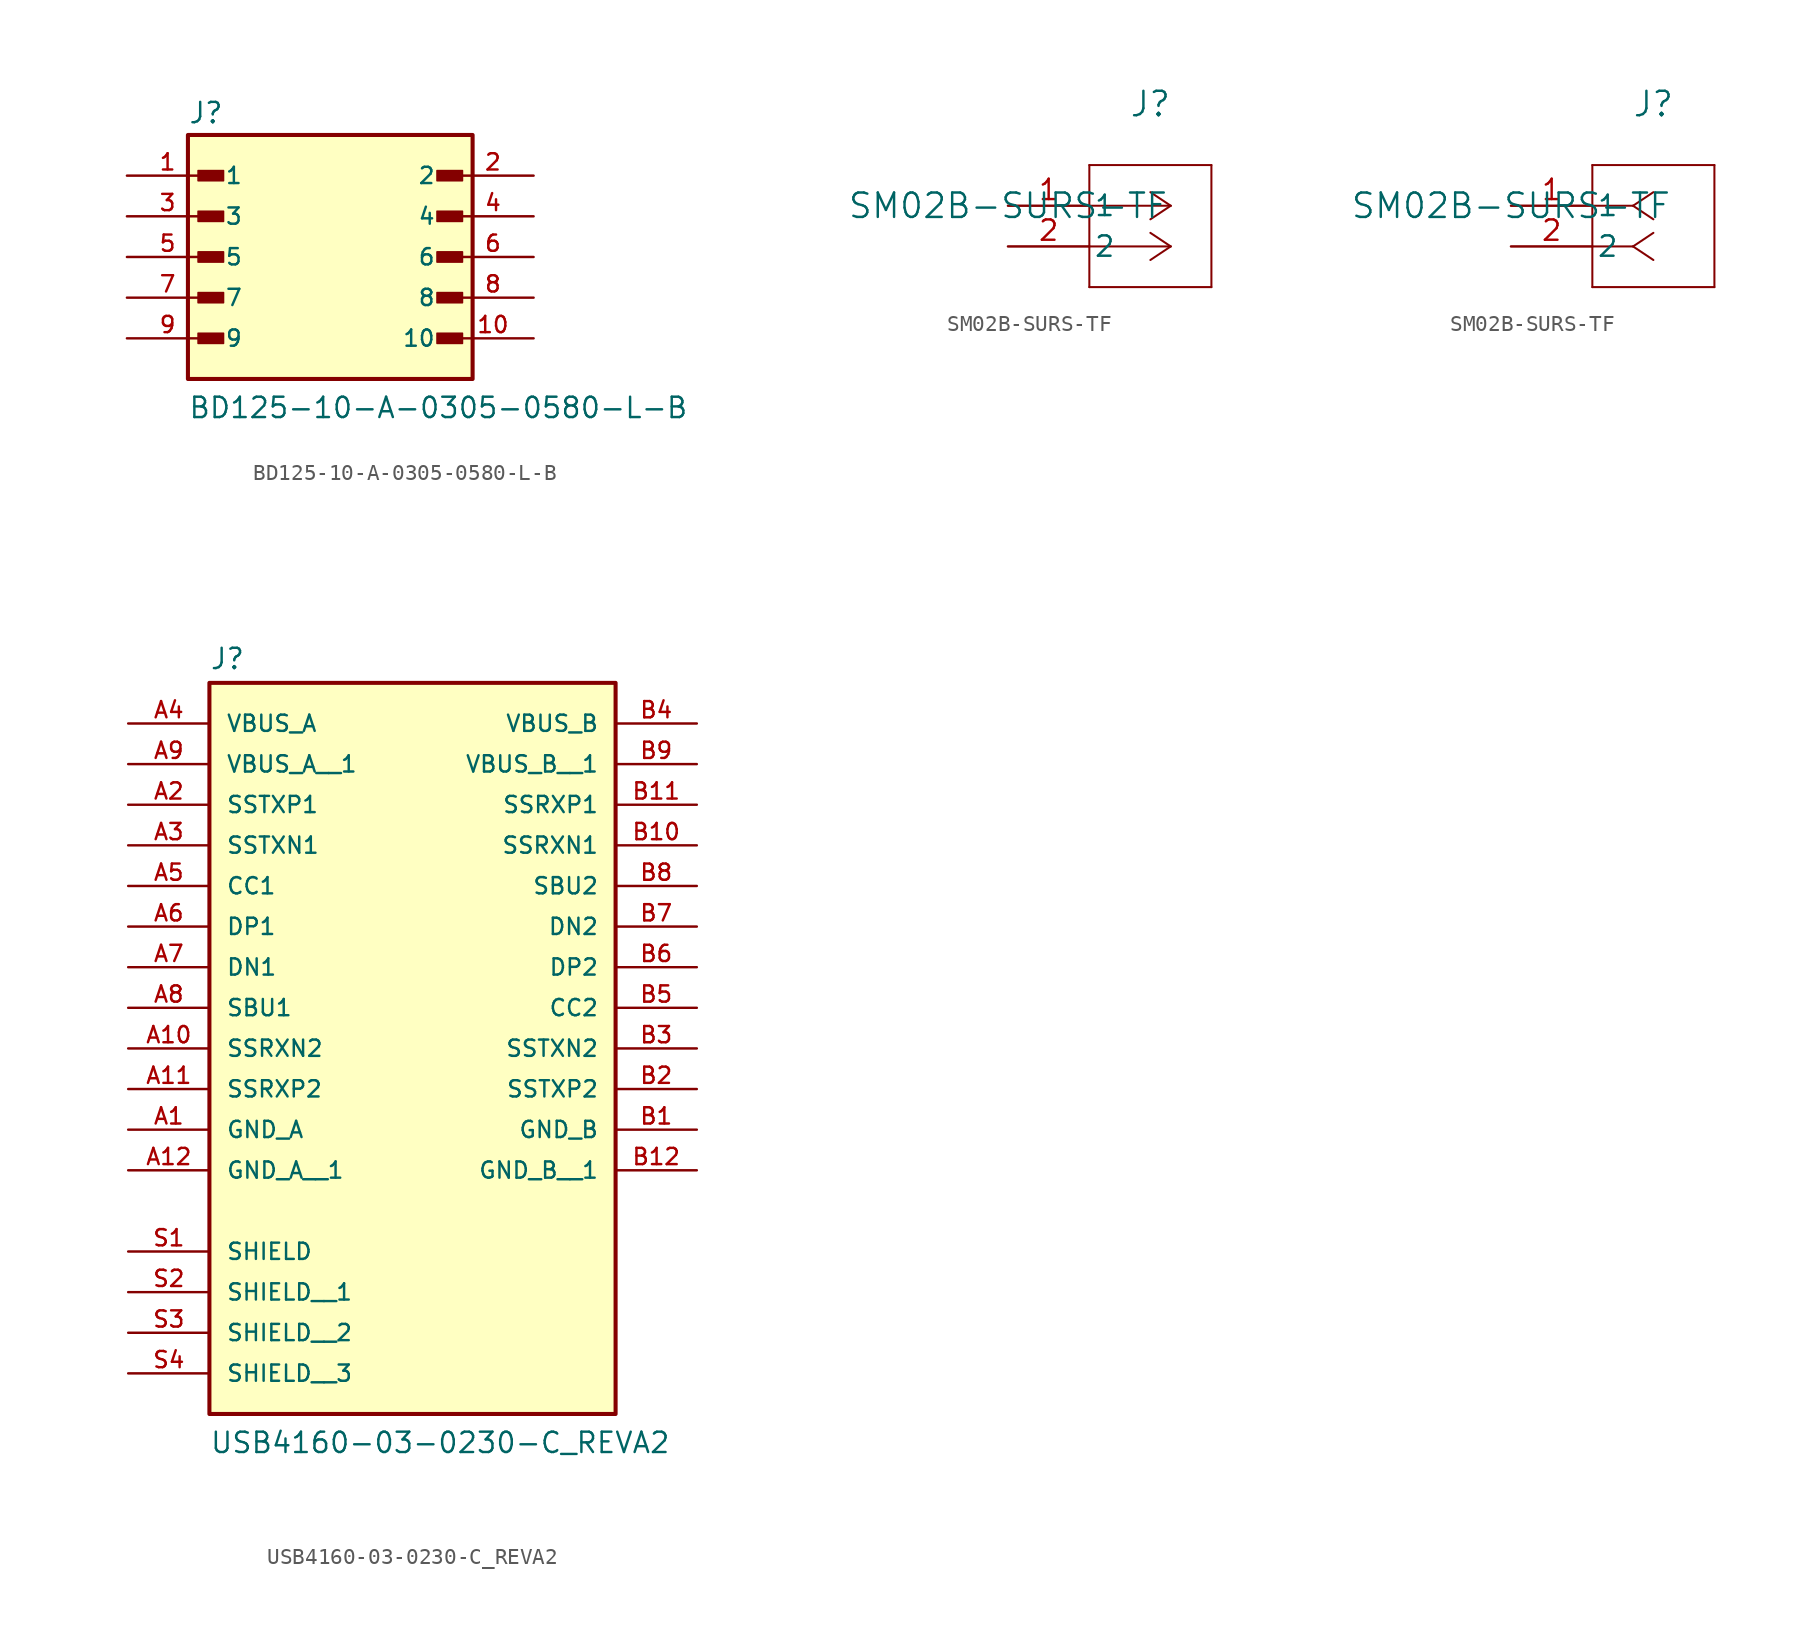
<source format=kicad_sym>
(kicad_symbol_lib
  (version 20220914)
  (generator kicad_symbol_editor)
  (symbol "BD125-10-A-0305-0580-L-B"
    (pin_names
      (offset 1.016))
    (property "Reference" "J"
      (at -8.89 8.255 0)
      (effects (font (size 1.27 1.27)) (justify left bottom)))
    (property "Value" "BD125-10-A-0305-0580-L-B"
      (at -8.89 -10.16 0)
      (effects (font (size 1.27 1.27)) (justify left bottom)))
    (symbol "BD125-10-A-0305-0580-L-B_0_0"
      (rectangle (start -8.89 -7.62) (end 8.89 7.62) (stroke (width 0.254) (type default)) (fill (type background)))
      (rectangle (start -8.255 -5.397) (end -6.668 -4.763) (stroke (width 0.1) (type default)) (fill (type outline)))
      (rectangle (start -8.255 -2.857) (end -6.668 -2.223) (stroke (width 0.1) (type default)) (fill (type outline)))
      (rectangle (start -8.255 -0.318) (end -6.668 0.318) (stroke (width 0.1) (type default)) (fill (type outline)))
      (rectangle (start -8.255 2.223) (end -6.668 2.857) (stroke (width 0.1) (type default)) (fill (type outline)))
      (rectangle (start -8.255 4.763) (end -6.668 5.397) (stroke (width 0.1) (type default)) (fill (type outline)))
      (rectangle (start 6.668 -5.397) (end 8.255 -4.763) (stroke (width 0.1) (type default)) (fill (type outline)))
      (rectangle (start 6.668 -2.857) (end 8.255 -2.223) (stroke (width 0.1) (type default)) (fill (type outline)))
      (rectangle (start 6.668 -0.318) (end 8.255 0.318) (stroke (width 0.1) (type default)) (fill (type outline)))
      (rectangle (start 6.668 2.223) (end 8.255 2.857) (stroke (width 0.1) (type default)) (fill (type outline)))
      (rectangle (start 6.668 4.763) (end 8.255 5.397) (stroke (width 0.1) (type default)) (fill (type outline)))
      (pin passive line (at -12.7 5.08 0) (length 5.08) (name "1" (effects (font (size 1.016 1.016)))) (number "1" (effects (font (size 1.016 1.016)))))
      (pin passive line (at 12.7 -5.08 180) (length 5.08) (name "10" (effects (font (size 1.016 1.016)))) (number "10" (effects (font (size 1.016 1.016)))))
      (pin passive line (at 12.7 5.08 180) (length 5.08) (name "2" (effects (font (size 1.016 1.016)))) (number "2" (effects (font (size 1.016 1.016)))))
      (pin passive line (at -12.7 2.54 0) (length 5.08) (name "3" (effects (font (size 1.016 1.016)))) (number "3" (effects (font (size 1.016 1.016)))))
      (pin passive line (at 12.7 2.54 180) (length 5.08) (name "4" (effects (font (size 1.016 1.016)))) (number "4" (effects (font (size 1.016 1.016)))))
      (pin passive line (at -12.7 0 0) (length 5.08) (name "5" (effects (font (size 1.016 1.016)))) (number "5" (effects (font (size 1.016 1.016)))))
      (pin passive line (at 12.7 0 180) (length 5.08) (name "6" (effects (font (size 1.016 1.016)))) (number "6" (effects (font (size 1.016 1.016)))))
      (pin passive line (at -12.7 -2.54 0) (length 5.08) (name "7" (effects (font (size 1.016 1.016)))) (number "7" (effects (font (size 1.016 1.016)))))
      (pin passive line (at 12.7 -2.54 180) (length 5.08) (name "8" (effects (font (size 1.016 1.016)))) (number "8" (effects (font (size 1.016 1.016)))))
      (pin passive line (at -12.7 -5.08 0) (length 5.08) (name "9" (effects (font (size 1.016 1.016)))) (number "9" (effects (font (size 1.016 1.016)))))))
  (symbol "SM02B-SURS-TF"
    (pin_names
      (offset 0.254))
    (property "Reference" "J"
      (at 8.89 6.35 0)
      (effects (font (size 1.524 1.524))))
    (property "Value" "SM02B-SURS-TF"
      (at 0 0 0)
      (effects (font (size 1.524 1.524))))
    (property "ki_locked" ""
      (at 0 0 0)
      (effects (font (size 1.27 1.27))))
    (symbol "SM02B-SURS-TF_1_1"
      (polyline (pts (xy 5.08 -5.08) (xy 12.7 -5.08)) (stroke (width 0.127) (type default)) (fill (type none)))
      (polyline (pts (xy 5.08 2.54) (xy 5.08 -5.08)) (stroke (width 0.127) (type default)) (fill (type none)))
      (polyline (pts (xy 10.16 -2.54) (xy 5.08 -2.54)) (stroke (width 0.127) (type default)) (fill (type none)))
      (polyline (pts (xy 10.16 -2.54) (xy 8.89 -3.387)) (stroke (width 0.127) (type default)) (fill (type none)))
      (polyline (pts (xy 10.16 -2.54) (xy 8.89 -1.693)) (stroke (width 0.127) (type default)) (fill (type none)))
      (polyline (pts (xy 10.16 0) (xy 5.08 0)) (stroke (width 0.127) (type default)) (fill (type none)))
      (polyline (pts (xy 10.16 0) (xy 8.89 -0.847)) (stroke (width 0.127) (type default)) (fill (type none)))
      (polyline (pts (xy 10.16 0) (xy 8.89 0.847)) (stroke (width 0.127) (type default)) (fill (type none)))
      (polyline (pts (xy 12.7 -5.08) (xy 12.7 2.54)) (stroke (width 0.127) (type default)) (fill (type none)))
      (polyline (pts (xy 12.7 2.54) (xy 5.08 2.54)) (stroke (width 0.127) (type default)) (fill (type none)))
      (pin unspecified line (at 0 0 0) (length 5.08) (name "1" (effects (font (size 1.27 1.27)))) (number "1" (effects (font (size 1.27 1.27)))))
      (pin unspecified line (at 0 -2.54 0) (length 5.08) (name "2" (effects (font (size 1.27 1.27)))) (number "2" (effects (font (size 1.27 1.27))))))
    (symbol "SM02B-SURS-TF_1_2"
      (polyline (pts (xy 5.08 -5.08) (xy 12.7 -5.08)) (stroke (width 0.127) (type default)) (fill (type none)))
      (polyline (pts (xy 5.08 2.54) (xy 5.08 -5.08)) (stroke (width 0.127) (type default)) (fill (type none)))
      (polyline (pts (xy 7.62 -2.54) (xy 5.08 -2.54)) (stroke (width 0.127) (type default)) (fill (type none)))
      (polyline (pts (xy 7.62 -2.54) (xy 8.89 -3.387)) (stroke (width 0.127) (type default)) (fill (type none)))
      (polyline (pts (xy 7.62 -2.54) (xy 8.89 -1.693)) (stroke (width 0.127) (type default)) (fill (type none)))
      (polyline (pts (xy 7.62 0) (xy 5.08 0)) (stroke (width 0.127) (type default)) (fill (type none)))
      (polyline (pts (xy 7.62 0) (xy 8.89 -0.847)) (stroke (width 0.127) (type default)) (fill (type none)))
      (polyline (pts (xy 7.62 0) (xy 8.89 0.847)) (stroke (width 0.127) (type default)) (fill (type none)))
      (polyline (pts (xy 12.7 -5.08) (xy 12.7 2.54)) (stroke (width 0.127) (type default)) (fill (type none)))
      (polyline (pts (xy 12.7 2.54) (xy 5.08 2.54)) (stroke (width 0.127) (type default)) (fill (type none)))
      (pin unspecified line (at 0 0 0) (length 5.08) (name "1" (effects (font (size 1.27 1.27)))) (number "1" (effects (font (size 1.27 1.27)))))
      (pin unspecified line (at 0 -2.54 0) (length 5.08) (name "2" (effects (font (size 1.27 1.27)))) (number "2" (effects (font (size 1.27 1.27)))))))
  (symbol "USB4160-03-0230-C_REVA2"
    (pin_names
      (offset 1.016))
    (property "Reference" "J"
      (at -12.7 16.002 0)
      (effects (font (size 1.27 1.27)) (justify left bottom)))
    (property "Value" "USB4160-03-0230-C_REVA2"
      (at -12.7 -33.02 0)
      (effects (font (size 1.27 1.27)) (justify left bottom)))
    (symbol "USB4160-03-0230-C_REVA2_0_0"
      (rectangle (start -12.7 -30.48) (end 12.7 15.24) (stroke (width 0.254) (type default)) (fill (type background)))
      (pin power_in line (at -17.78 -12.7 0) (length 5.08) (name "GND_A" (effects (font (size 1.016 1.016)))) (number "A1" (effects (font (size 1.016 1.016)))))
      (pin bidirectional line (at -17.78 -7.62 0) (length 5.08) (name "SSRXN2" (effects (font (size 1.016 1.016)))) (number "A10" (effects (font (size 1.016 1.016)))))
      (pin bidirectional line (at -17.78 -10.16 0) (length 5.08) (name "SSRXP2" (effects (font (size 1.016 1.016)))) (number "A11" (effects (font (size 1.016 1.016)))))
      (pin power_in line (at -17.78 -15.24 0) (length 5.08) (name "GND_A__1" (effects (font (size 1.016 1.016)))) (number "A12" (effects (font (size 1.016 1.016)))))
      (pin bidirectional line (at -17.78 7.62 0) (length 5.08) (name "SSTXP1" (effects (font (size 1.016 1.016)))) (number "A2" (effects (font (size 1.016 1.016)))))
      (pin bidirectional line (at -17.78 5.08 0) (length 5.08) (name "SSTXN1" (effects (font (size 1.016 1.016)))) (number "A3" (effects (font (size 1.016 1.016)))))
      (pin power_in line (at -17.78 12.7 0) (length 5.08) (name "VBUS_A" (effects (font (size 1.016 1.016)))) (number "A4" (effects (font (size 1.016 1.016)))))
      (pin bidirectional line (at -17.78 2.54 0) (length 5.08) (name "CC1" (effects (font (size 1.016 1.016)))) (number "A5" (effects (font (size 1.016 1.016)))))
      (pin bidirectional line (at -17.78 0 0) (length 5.08) (name "DP1" (effects (font (size 1.016 1.016)))) (number "A6" (effects (font (size 1.016 1.016)))))
      (pin bidirectional line (at -17.78 -2.54 0) (length 5.08) (name "DN1" (effects (font (size 1.016 1.016)))) (number "A7" (effects (font (size 1.016 1.016)))))
      (pin bidirectional line (at -17.78 -5.08 0) (length 5.08) (name "SBU1" (effects (font (size 1.016 1.016)))) (number "A8" (effects (font (size 1.016 1.016)))))
      (pin power_in line (at -17.78 10.16 0) (length 5.08) (name "VBUS_A__1" (effects (font (size 1.016 1.016)))) (number "A9" (effects (font (size 1.016 1.016)))))
      (pin power_in line (at 17.78 -12.7 180) (length 5.08) (name "GND_B" (effects (font (size 1.016 1.016)))) (number "B1" (effects (font (size 1.016 1.016)))))
      (pin bidirectional line (at 17.78 5.08 180) (length 5.08) (name "SSRXN1" (effects (font (size 1.016 1.016)))) (number "B10" (effects (font (size 1.016 1.016)))))
      (pin bidirectional line (at 17.78 7.62 180) (length 5.08) (name "SSRXP1" (effects (font (size 1.016 1.016)))) (number "B11" (effects (font (size 1.016 1.016)))))
      (pin power_in line (at 17.78 -15.24 180) (length 5.08) (name "GND_B__1" (effects (font (size 1.016 1.016)))) (number "B12" (effects (font (size 1.016 1.016)))))
      (pin bidirectional line (at 17.78 -10.16 180) (length 5.08) (name "SSTXP2" (effects (font (size 1.016 1.016)))) (number "B2" (effects (font (size 1.016 1.016)))))
      (pin bidirectional line (at 17.78 -7.62 180) (length 5.08) (name "SSTXN2" (effects (font (size 1.016 1.016)))) (number "B3" (effects (font (size 1.016 1.016)))))
      (pin power_in line (at 17.78 12.7 180) (length 5.08) (name "VBUS_B" (effects (font (size 1.016 1.016)))) (number "B4" (effects (font (size 1.016 1.016)))))
      (pin bidirectional line (at 17.78 -5.08 180) (length 5.08) (name "CC2" (effects (font (size 1.016 1.016)))) (number "B5" (effects (font (size 1.016 1.016)))))
      (pin bidirectional line (at 17.78 -2.54 180) (length 5.08) (name "DP2" (effects (font (size 1.016 1.016)))) (number "B6" (effects (font (size 1.016 1.016)))))
      (pin bidirectional line (at 17.78 0 180) (length 5.08) (name "DN2" (effects (font (size 1.016 1.016)))) (number "B7" (effects (font (size 1.016 1.016)))))
      (pin bidirectional line (at 17.78 2.54 180) (length 5.08) (name "SBU2" (effects (font (size 1.016 1.016)))) (number "B8" (effects (font (size 1.016 1.016)))))
      (pin power_in line (at 17.78 10.16 180) (length 5.08) (name "VBUS_B__1" (effects (font (size 1.016 1.016)))) (number "B9" (effects (font (size 1.016 1.016)))))
      (pin passive line (at -17.78 -20.32 0) (length 5.08) (name "SHIELD" (effects (font (size 1.016 1.016)))) (number "S1" (effects (font (size 1.016 1.016)))))
      (pin passive line (at -17.78 -22.86 0) (length 5.08) (name "SHIELD__1" (effects (font (size 1.016 1.016)))) (number "S2" (effects (font (size 1.016 1.016)))))
      (pin passive line (at -17.78 -25.4 0) (length 5.08) (name "SHIELD__2" (effects (font (size 1.016 1.016)))) (number "S3" (effects (font (size 1.016 1.016)))))
      (pin passive line (at -17.78 -27.94 0) (length 5.08) (name "SHIELD__3" (effects (font (size 1.016 1.016)))) (number "S4" (effects (font (size 1.016 1.016))))))))
</source>
